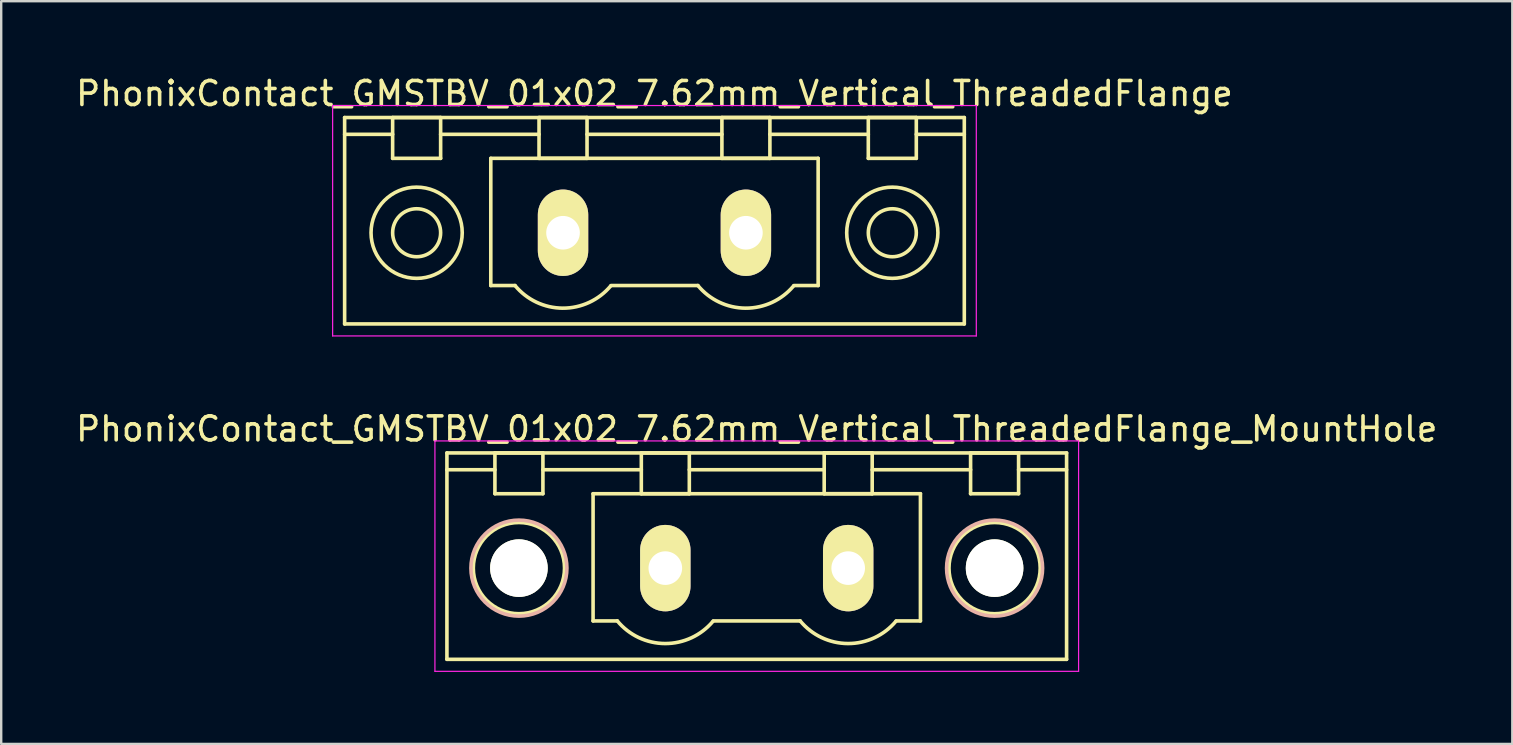
<source format=kicad_pcb>
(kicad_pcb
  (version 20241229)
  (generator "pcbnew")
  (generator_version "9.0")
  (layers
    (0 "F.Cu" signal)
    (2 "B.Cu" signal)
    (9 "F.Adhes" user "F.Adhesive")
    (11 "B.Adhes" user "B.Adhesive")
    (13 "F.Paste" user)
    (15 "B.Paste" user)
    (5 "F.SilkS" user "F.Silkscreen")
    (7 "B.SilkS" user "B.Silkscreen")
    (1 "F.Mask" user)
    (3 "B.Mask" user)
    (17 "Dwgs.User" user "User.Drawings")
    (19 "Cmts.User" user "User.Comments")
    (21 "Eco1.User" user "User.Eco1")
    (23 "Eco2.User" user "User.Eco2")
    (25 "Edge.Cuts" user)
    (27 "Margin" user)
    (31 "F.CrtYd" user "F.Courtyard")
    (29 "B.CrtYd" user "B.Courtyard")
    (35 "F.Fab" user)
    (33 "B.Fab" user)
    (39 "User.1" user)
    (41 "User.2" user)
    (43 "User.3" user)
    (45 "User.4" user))
  (footprint "PhonixContact_GMSTBV_01x02_7.62mm_Vertical_ThreadedFlange_MountHole"
    (layer "F.Cu")
    (at 24.672 20.622)
    (property "Reference" "PhonixContact_GMSTBV_01x02_7.62mm_Vertical_ThreadedFlange_MountHole" (at 3.81 -5.8 0) (layer "F.SilkS") (effects (font (size 1 1) (thickness 0.15))))
    (attr through_hole)
    (fp_line (start -9.1 -4.8) (end -9.1 3.8) (stroke (width 0.15) (type solid)) (layer "F.SilkS"))
    (fp_line (start -9.1 -4.1) (end -7.1 -4.1) (stroke (width 0.15) (type solid)) (layer "F.SilkS"))
    (fp_line (start -9.1 3.8) (end 16.72 3.8) (stroke (width 0.15) (type solid)) (layer "F.SilkS"))
    (fp_line (start -7.1 -4.8) (end -5.1 -4.8) (stroke (width 0.15) (type solid)) (layer "F.SilkS"))
    (fp_line (start -7.1 -3.1) (end -7.1 -4.8) (stroke (width 0.15) (type solid)) (layer "F.SilkS"))
    (fp_line (start -5.1 -4.8) (end -5.1 -3.1) (stroke (width 0.15) (type solid)) (layer "F.SilkS"))
    (fp_line (start -5.1 -4.1) (end -1 -4.1) (stroke (width 0.15) (type solid)) (layer "F.SilkS"))
    (fp_line (start -5.1 -3.1) (end -7.1 -3.1) (stroke (width 0.15) (type solid)) (layer "F.SilkS"))
    (fp_line (start -3.01 -3.1) (end 10.63 -3.1) (stroke (width 0.15) (type solid)) (layer "F.SilkS"))
    (fp_line (start -3.01 2.2) (end -3.01 -3.1) (stroke (width 0.15) (type solid)) (layer "F.SilkS"))
    (fp_line (start -2 2.2) (end -3.01 2.2) (stroke (width 0.15) (type solid)) (layer "F.SilkS"))
    (fp_line (start -1 -4.8) (end 1 -4.8) (stroke (width 0.15) (type solid)) (layer "F.SilkS"))
    (fp_line (start -1 -3.1) (end -1 -4.8) (stroke (width 0.15) (type solid)) (layer "F.SilkS"))
    (fp_line (start 1 -4.8) (end 1 -3.1) (stroke (width 0.15) (type solid)) (layer "F.SilkS"))
    (fp_line (start 1 -4.1) (end 6.62 -4.1) (stroke (width 0.15) (type solid)) (layer "F.SilkS"))
    (fp_line (start 1 -3.1) (end -1 -3.1) (stroke (width 0.15) (type solid)) (layer "F.SilkS"))
    (fp_line (start 2 2.2) (end 5.62 2.2) (stroke (width 0.15) (type solid)) (layer "F.SilkS"))
    (fp_line (start 6.62 -4.8) (end 8.62 -4.8) (stroke (width 0.15) (type solid)) (layer "F.SilkS"))
    (fp_line (start 6.62 -3.1) (end 6.62 -4.8) (stroke (width 0.15) (type solid)) (layer "F.SilkS"))
    (fp_line (start 8.62 -4.8) (end 8.62 -3.1) (stroke (width 0.15) (type solid)) (layer "F.SilkS"))
    (fp_line (start 8.62 -4.1) (end 12.72 -4.1) (stroke (width 0.15) (type solid)) (layer "F.SilkS"))
    (fp_line (start 8.62 -3.1) (end 6.62 -3.1) (stroke (width 0.15) (type solid)) (layer "F.SilkS"))
    (fp_line (start 10.63 -3.1) (end 10.63 2.2) (stroke (width 0.15) (type solid)) (layer "F.SilkS"))
    (fp_line (start 10.63 2.2) (end 9.62 2.2) (stroke (width 0.15) (type solid)) (layer "F.SilkS"))
    (fp_line (start 12.72 -4.8) (end 14.72 -4.8) (stroke (width 0.15) (type solid)) (layer "F.SilkS"))
    (fp_line (start 12.72 -3.1) (end 12.72 -4.8) (stroke (width 0.15) (type solid)) (layer "F.SilkS"))
    (fp_line (start 14.72 -4.8) (end 14.72 -3.1) (stroke (width 0.15) (type solid)) (layer "F.SilkS"))
    (fp_line (start 14.72 -3.1) (end 12.72 -3.1) (stroke (width 0.15) (type solid)) (layer "F.SilkS"))
    (fp_line (start 16.72 -4.8) (end -9.1 -4.8) (stroke (width 0.15) (type solid)) (layer "F.SilkS"))
    (fp_line (start 16.72 -4.1) (end 14.72 -4.1) (stroke (width 0.15) (type solid)) (layer "F.SilkS"))
    (fp_line (start 16.72 3.8) (end 16.72 -4.8) (stroke (width 0.15) (type solid)) (layer "F.SilkS"))
    (fp_arc (start 1.986842 2.215821) (mid -0.010289 3.142758) (end -2 2.2) (stroke (width 0.15) (type solid)) (layer "F.SilkS"))
    (fp_arc (start 9.606842 2.215821) (mid 7.609711 3.142758) (end 5.62 2.2) (stroke (width 0.15) (type solid)) (layer "F.SilkS"))
    (fp_circle (center -6.1 0) (end -5.1 0) (stroke (width 0.15) (type solid)) (fill no) (layer "F.SilkS"))
    (fp_circle (center -6.1 0) (end -4.2 0) (stroke (width 0.15) (type solid)) (fill no) (layer "F.SilkS"))
    (fp_circle (center 13.72 0) (end 14.72 0) (stroke (width 0.15) (type solid)) (fill no) (layer "F.SilkS"))
    (fp_circle (center 13.72 0) (end 15.62 0) (stroke (width 0.15) (type solid)) (fill no) (layer "F.SilkS"))
    (fp_circle (center -6.1 0) (end -4.1 0) (stroke (width 0.15) (type solid)) (fill no) (layer "B.SilkS"))
    (fp_circle (center 13.72 0) (end 15.72 0) (stroke (width 0.15) (type solid)) (fill no) (layer "B.SilkS"))
    (fp_line (start -9.6 -5.3) (end -9.6 4.3) (stroke (width 0.05) (type solid)) (layer "F.CrtYd"))
    (fp_line (start -9.6 4.3) (end 17.22 4.3) (stroke (width 0.05) (type solid)) (layer "F.CrtYd"))
    (fp_line (start 17.22 -5.3) (end -9.6 -5.3) (stroke (width 0.05) (type solid)) (layer "F.CrtYd"))
    (fp_line (start 17.22 4.3) (end 17.22 -5.3) (stroke (width 0.05) (type solid)) (layer "F.CrtYd"))
    (pad "" np_thru_hole circle (at -6.1 0) (size 2.4 2.4) (drill 2.4) (layers "*.Cu" "*.Mask" "F.SilkS"))
    (pad "" np_thru_hole circle (at 13.72 0) (size 2.4 2.4) (drill 2.4) (layers "*.Cu" "*.Mask" "F.SilkS"))
    (pad "1" thru_hole oval (at 0 0) (size 2.1 3.6) (drill 1.4) (layers "*.Cu" "*.Mask" "F.SilkS"))
    (pad "2" thru_hole oval (at 7.62 0) (size 2.1 3.6) (drill 1.4) (layers "*.Cu" "*.Mask" "F.SilkS")))
  (footprint "PhonixContact_GMSTBV_01x02_7.62mm_Vertical_ThreadedFlange"
    (layer "F.Cu")
    (at 20.41 6.648)
    (property "Reference" "PhonixContact_GMSTBV_01x02_7.62mm_Vertical_ThreadedFlange" (at 3.81 -5.8 0) (layer "F.SilkS") (effects (font (size 1 1) (thickness 0.15))))
    (attr through_hole)
    (fp_line (start -9.1 -4.8) (end -9.1 3.8) (stroke (width 0.15) (type solid)) (layer "F.SilkS"))
    (fp_line (start -9.1 -4.1) (end -7.1 -4.1) (stroke (width 0.15) (type solid)) (layer "F.SilkS"))
    (fp_line (start -9.1 3.8) (end 16.72 3.8) (stroke (width 0.15) (type solid)) (layer "F.SilkS"))
    (fp_line (start -7.1 -4.8) (end -5.1 -4.8) (stroke (width 0.15) (type solid)) (layer "F.SilkS"))
    (fp_line (start -7.1 -3.1) (end -7.1 -4.8) (stroke (width 0.15) (type solid)) (layer "F.SilkS"))
    (fp_line (start -5.1 -4.8) (end -5.1 -3.1) (stroke (width 0.15) (type solid)) (layer "F.SilkS"))
    (fp_line (start -5.1 -4.1) (end -1 -4.1) (stroke (width 0.15) (type solid)) (layer "F.SilkS"))
    (fp_line (start -5.1 -3.1) (end -7.1 -3.1) (stroke (width 0.15) (type solid)) (layer "F.SilkS"))
    (fp_line (start -3.01 -3.1) (end 10.63 -3.1) (stroke (width 0.15) (type solid)) (layer "F.SilkS"))
    (fp_line (start -3.01 2.2) (end -3.01 -3.1) (stroke (width 0.15) (type solid)) (layer "F.SilkS"))
    (fp_line (start -2 2.2) (end -3.01 2.2) (stroke (width 0.15) (type solid)) (layer "F.SilkS"))
    (fp_line (start -1 -4.8) (end 1 -4.8) (stroke (width 0.15) (type solid)) (layer "F.SilkS"))
    (fp_line (start -1 -3.1) (end -1 -4.8) (stroke (width 0.15) (type solid)) (layer "F.SilkS"))
    (fp_line (start 1 -4.8) (end 1 -3.1) (stroke (width 0.15) (type solid)) (layer "F.SilkS"))
    (fp_line (start 1 -4.1) (end 6.62 -4.1) (stroke (width 0.15) (type solid)) (layer "F.SilkS"))
    (fp_line (start 1 -3.1) (end -1 -3.1) (stroke (width 0.15) (type solid)) (layer "F.SilkS"))
    (fp_line (start 2 2.2) (end 5.62 2.2) (stroke (width 0.15) (type solid)) (layer "F.SilkS"))
    (fp_line (start 6.62 -4.8) (end 8.62 -4.8) (stroke (width 0.15) (type solid)) (layer "F.SilkS"))
    (fp_line (start 6.62 -3.1) (end 6.62 -4.8) (stroke (width 0.15) (type solid)) (layer "F.SilkS"))
    (fp_line (start 8.62 -4.8) (end 8.62 -3.1) (stroke (width 0.15) (type solid)) (layer "F.SilkS"))
    (fp_line (start 8.62 -4.1) (end 12.72 -4.1) (stroke (width 0.15) (type solid)) (layer "F.SilkS"))
    (fp_line (start 8.62 -3.1) (end 6.62 -3.1) (stroke (width 0.15) (type solid)) (layer "F.SilkS"))
    (fp_line (start 10.63 -3.1) (end 10.63 2.2) (stroke (width 0.15) (type solid)) (layer "F.SilkS"))
    (fp_line (start 10.63 2.2) (end 9.62 2.2) (stroke (width 0.15) (type solid)) (layer "F.SilkS"))
    (fp_line (start 12.72 -4.8) (end 14.72 -4.8) (stroke (width 0.15) (type solid)) (layer "F.SilkS"))
    (fp_line (start 12.72 -3.1) (end 12.72 -4.8) (stroke (width 0.15) (type solid)) (layer "F.SilkS"))
    (fp_line (start 14.72 -4.8) (end 14.72 -3.1) (stroke (width 0.15) (type solid)) (layer "F.SilkS"))
    (fp_line (start 14.72 -3.1) (end 12.72 -3.1) (stroke (width 0.15) (type solid)) (layer "F.SilkS"))
    (fp_line (start 16.72 -4.8) (end -9.1 -4.8) (stroke (width 0.15) (type solid)) (layer "F.SilkS"))
    (fp_line (start 16.72 -4.1) (end 14.72 -4.1) (stroke (width 0.15) (type solid)) (layer "F.SilkS"))
    (fp_line (start 16.72 3.8) (end 16.72 -4.8) (stroke (width 0.15) (type solid)) (layer "F.SilkS"))
    (fp_arc (start 1.986842 2.215821) (mid -0.010289 3.142758) (end -2 2.2) (stroke (width 0.15) (type solid)) (layer "F.SilkS"))
    (fp_arc (start 9.606842 2.215821) (mid 7.609711 3.142758) (end 5.62 2.2) (stroke (width 0.15) (type solid)) (layer "F.SilkS"))
    (fp_circle (center -6.1 0) (end -5.1 0) (stroke (width 0.15) (type solid)) (fill no) (layer "F.SilkS"))
    (fp_circle (center -6.1 0) (end -4.2 0) (stroke (width 0.15) (type solid)) (fill no) (layer "F.SilkS"))
    (fp_circle (center 13.72 0) (end 14.72 0) (stroke (width 0.15) (type solid)) (fill no) (layer "F.SilkS"))
    (fp_circle (center 13.72 0) (end 15.62 0) (stroke (width 0.15) (type solid)) (fill no) (layer "F.SilkS"))
    (fp_line (start -9.6 -5.3) (end -9.6 4.3) (stroke (width 0.05) (type solid)) (layer "F.CrtYd"))
    (fp_line (start -9.6 4.3) (end 17.22 4.3) (stroke (width 0.05) (type solid)) (layer "F.CrtYd"))
    (fp_line (start 17.22 -5.3) (end -9.6 -5.3) (stroke (width 0.05) (type solid)) (layer "F.CrtYd"))
    (fp_line (start 17.22 4.3) (end 17.22 -5.3) (stroke (width 0.05) (type solid)) (layer "F.CrtYd"))
    (pad "1" thru_hole oval (at 0 0) (size 2.1 3.6) (drill 1.4) (layers "*.Cu" "*.Mask" "F.SilkS"))
    (pad "2" thru_hole oval (at 7.62 0) (size 2.1 3.6) (drill 1.4) (layers "*.Cu" "*.Mask" "F.SilkS")))
  (gr_rect
    (start -3 -3)
    (end 59.964 27.947)
    (stroke (width 0.1) (type default))
    (fill no)
    (layer "Edge.Cuts")))
</source>
